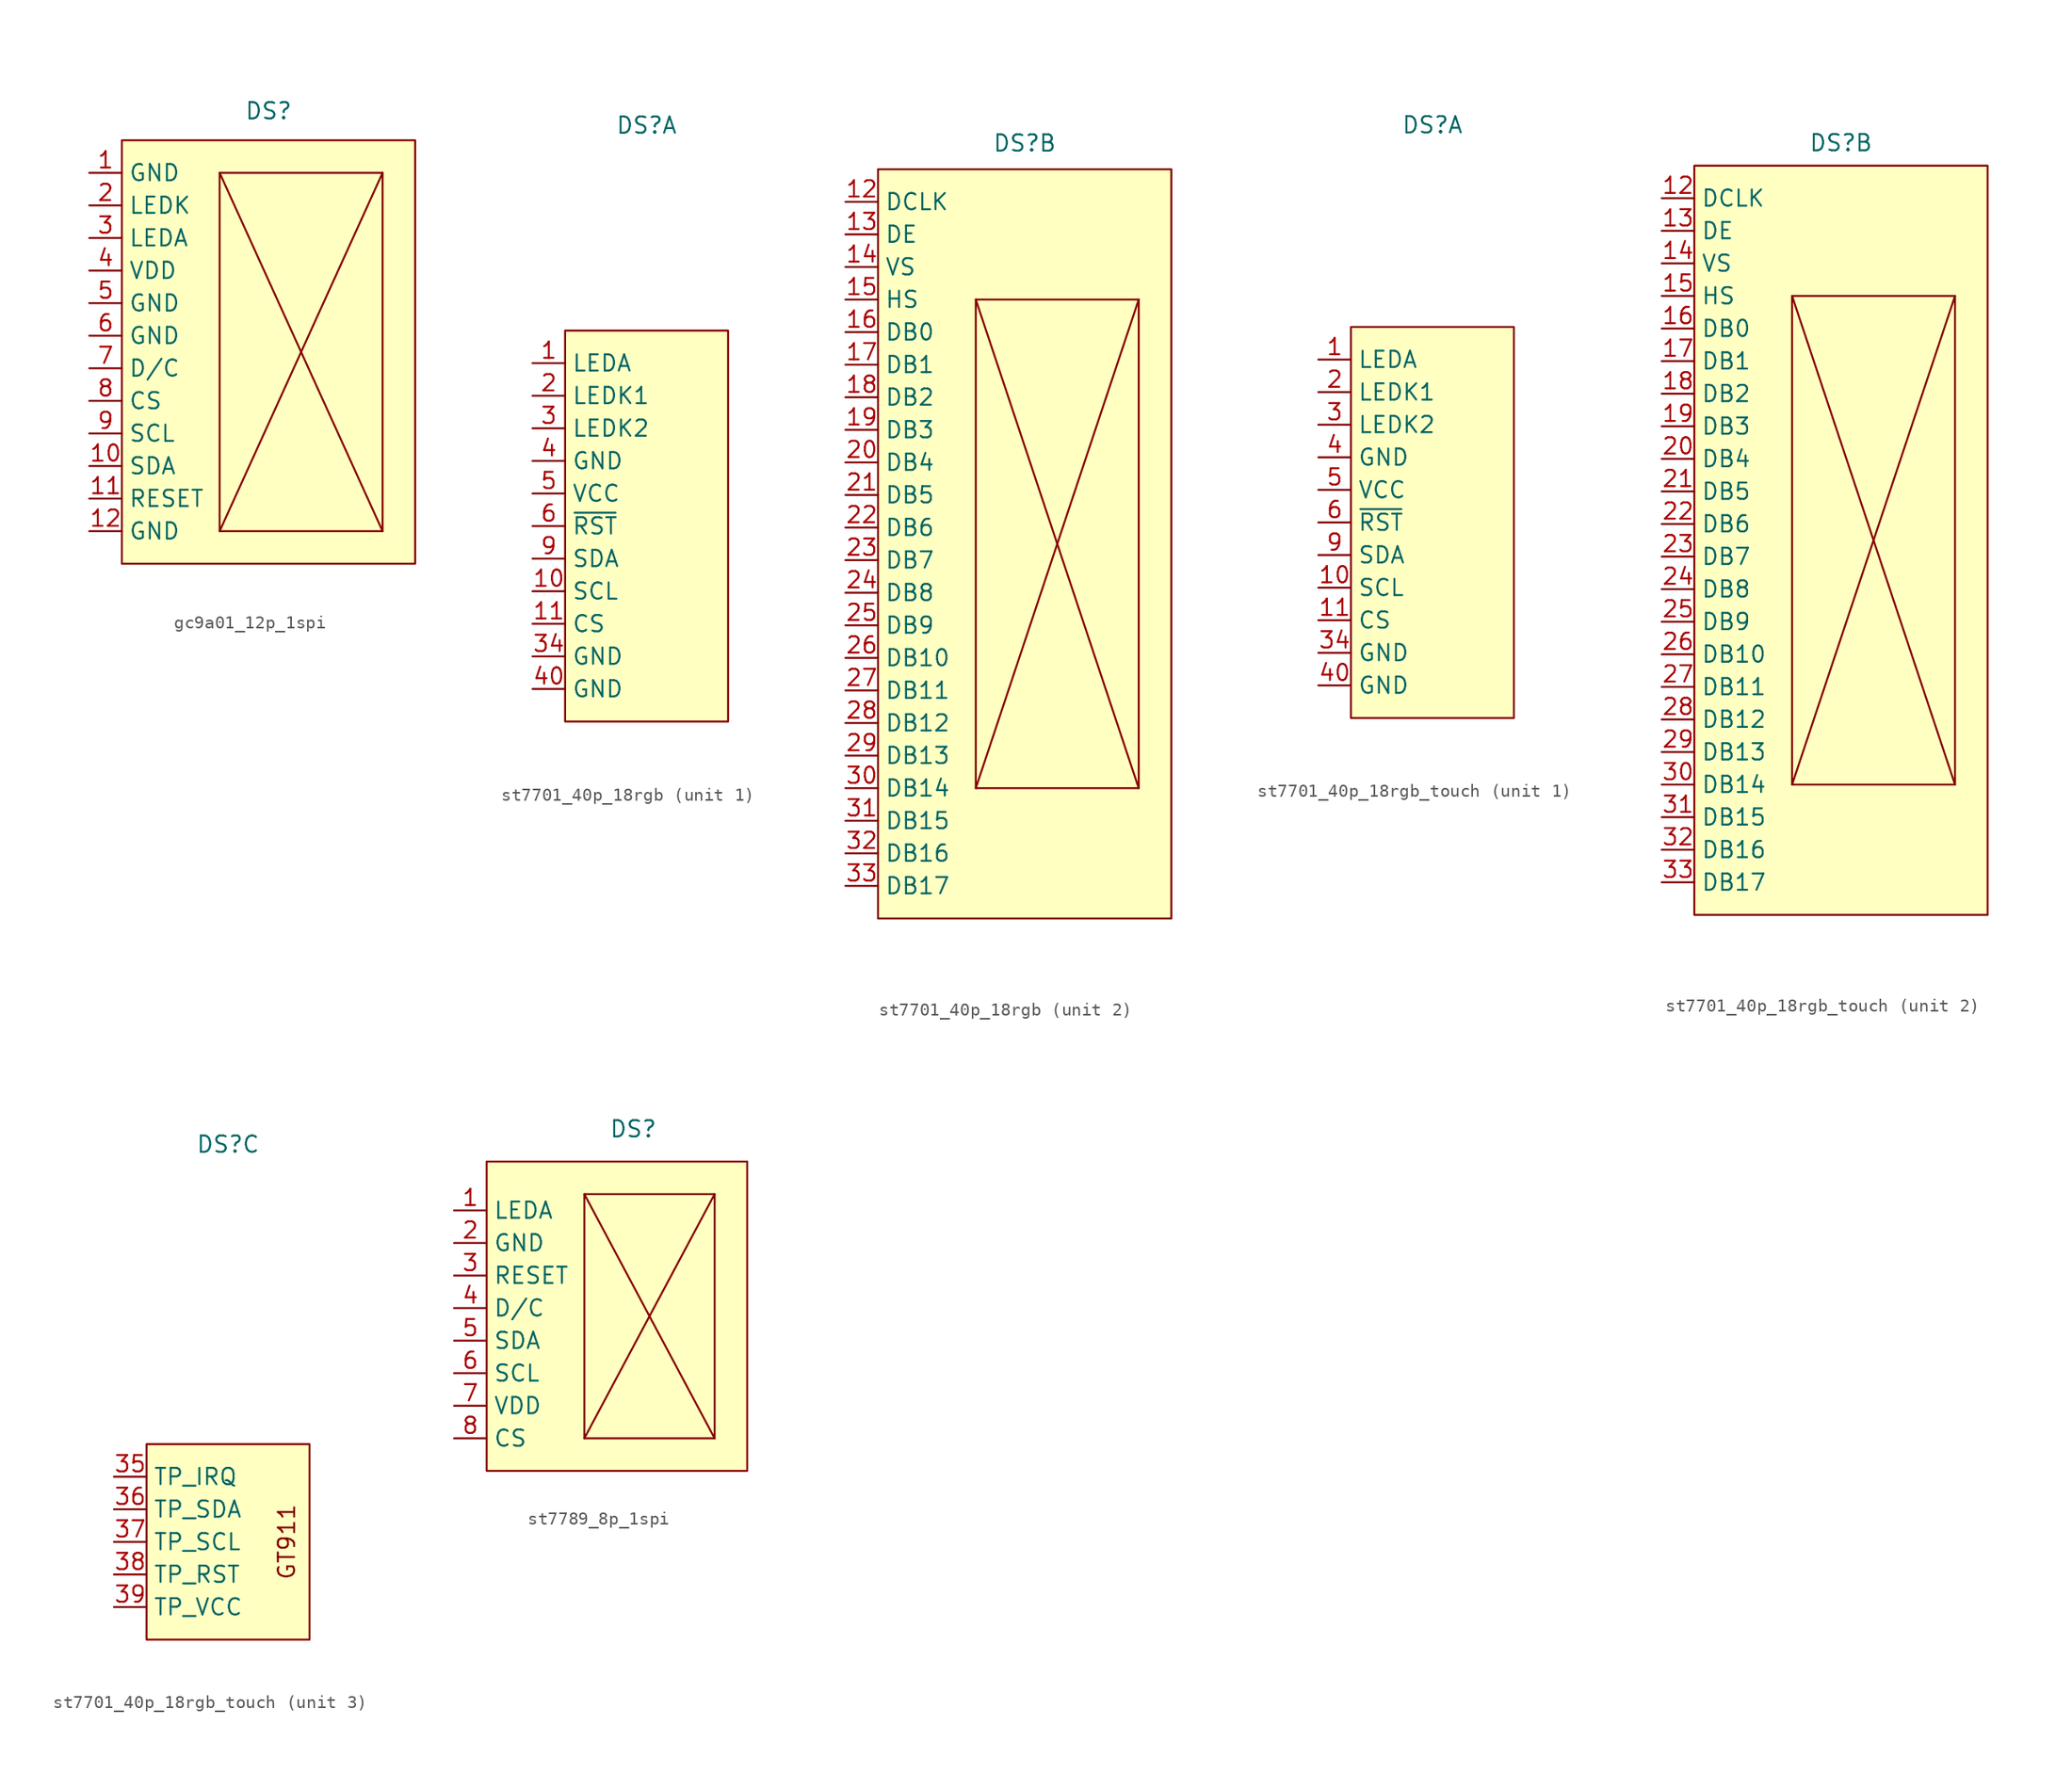
<source format=kicad_sym>
(kicad_symbol_lib
  (version 20241209)
  (generator "kicad_symbol_editor")
  (generator_version "9.0")
  (symbol "gc9a01_12p_1spi"
    (property "Reference" "DS"
      (at 0 18.796 0)
      (effects (font (size 1.27 1.27))))
    (property "Value" ""
      (at 0 0 0)
      (effects (font (size 1.27 1.27))))
    (symbol "gc9a01_12p_1spi_0_1"
      (rectangle (start 8.89 -13.97) (end -3.81 13.97) (stroke (width 0) (type default)) (fill (type none))))
    (symbol "gc9a01_12p_1spi_1_1"
      (rectangle (start -11.43 16.51) (end 11.43 -16.51) (stroke (width 0) (type solid)) (fill (type background)))
      (polyline (pts (xy -3.81 13.97) (xy 8.89 -13.97)) (stroke (width 0) (type default)) (fill (type none)))
      (polyline (pts (xy 8.89 13.97) (xy -3.81 -13.97)) (stroke (width 0) (type default)) (fill (type none)))
      (pin input line (at -13.97 13.97 0) (length 2.54) (name "GND" (effects (font (size 1.27 1.27)))) (number "1" (effects (font (size 1.27 1.27)))))
      (pin input line (at -13.97 11.43 0) (length 2.54) (name "LEDK" (effects (font (size 1.27 1.27)))) (number "2" (effects (font (size 1.27 1.27)))))
      (pin input line (at -13.97 8.89 0) (length 2.54) (name "LEDA" (effects (font (size 1.27 1.27)))) (number "3" (effects (font (size 1.27 1.27)))))
      (pin input line (at -13.97 6.35 0) (length 2.54) (name "VDD" (effects (font (size 1.27 1.27)))) (number "4" (effects (font (size 1.27 1.27)))))
      (pin input line (at -13.97 3.81 0) (length 2.54) (name "GND" (effects (font (size 1.27 1.27)))) (number "5" (effects (font (size 1.27 1.27)))))
      (pin input line (at -13.97 1.27 0) (length 2.54) (name "GND" (effects (font (size 1.27 1.27)))) (number "6" (effects (font (size 1.27 1.27)))))
      (pin input line (at -13.97 -1.27 0) (length 2.54) (name "D/C" (effects (font (size 1.27 1.27)))) (number "7" (effects (font (size 1.27 1.27)))))
      (pin input line (at -13.97 -3.81 0) (length 2.54) (name "CS" (effects (font (size 1.27 1.27)))) (number "8" (effects (font (size 1.27 1.27)))))
      (pin input line (at -13.97 -6.35 0) (length 2.54) (name "SCL" (effects (font (size 1.27 1.27)))) (number "9" (effects (font (size 1.27 1.27)))))
      (pin input line (at -13.97 -8.89 0) (length 2.54) (name "SDA" (effects (font (size 1.27 1.27)))) (number "10" (effects (font (size 1.27 1.27)))))
      (pin input line (at -13.97 -11.43 0) (length 2.54) (name "RESET" (effects (font (size 1.27 1.27)))) (number "11" (effects (font (size 1.27 1.27)))))
      (pin input line (at -13.97 -13.97 0) (length 2.54) (name "GND" (effects (font (size 1.27 1.27)))) (number "12" (effects (font (size 1.27 1.27)))))
      (pin passive line (at -13.97 -13.97 0) (length 2.54) (hide yes) (name "GND" (effects (font (size 1.27 1.27)))) (number "S1" (effects (font (size 1.27 1.27)))))
      (pin passive line (at -13.97 -13.97 0) (length 2.54) (hide yes) (name "GND" (effects (font (size 1.27 1.27)))) (number "S2" (effects (font (size 1.27 1.27)))))))
  (symbol "st7701_40p_18rgb"
    (property "Reference" "DS"
      (at 0 31.242 0)
      (effects (font (size 1.27 1.27))))
    (property "Value" ""
      (at 0 0 0)
      (effects (font (size 1.27 1.27))))
    (property "ki_locked" ""
      (at 0 0 0)
      (effects (font (size 1.27 1.27))))
    (symbol "st7701_40p_18rgb_1_1"
      (rectangle (start -6.35 15.24) (end 6.35 -15.24) (stroke (width 0) (type solid)) (fill (type background)))
      (pin input line (at -8.89 12.7 0) (length 2.54) (name "LEDA" (effects (font (size 1.27 1.27)))) (number "1" (effects (font (size 1.27 1.27)))))
      (pin input line (at -8.89 10.16 0) (length 2.54) (name "LEDK1" (effects (font (size 1.27 1.27)))) (number "2" (effects (font (size 1.27 1.27)))))
      (pin input line (at -8.89 7.62 0) (length 2.54) (name "LEDK2" (effects (font (size 1.27 1.27)))) (number "3" (effects (font (size 1.27 1.27)))))
      (pin input line (at -8.89 5.08 0) (length 2.54) (name "GND" (effects (font (size 1.27 1.27)))) (number "4" (effects (font (size 1.27 1.27)))))
      (pin input line (at -8.89 2.54 0) (length 2.54) (name "VCC" (effects (font (size 1.27 1.27)))) (number "5" (effects (font (size 1.27 1.27)))))
      (pin input line (at -8.89 0 0) (length 2.54) (name "~{RST}" (effects (font (size 1.27 1.27)))) (number "6" (effects (font (size 1.27 1.27)))))
      (pin input line (at -8.89 -2.54 0) (length 2.54) (name "SDA" (effects (font (size 1.27 1.27)))) (number "9" (effects (font (size 1.27 1.27)))))
      (pin input line (at -8.89 -5.08 0) (length 2.54) (name "SCL" (effects (font (size 1.27 1.27)))) (number "10" (effects (font (size 1.27 1.27)))))
      (pin input line (at -8.89 -7.62 0) (length 2.54) (name "CS" (effects (font (size 1.27 1.27)))) (number "11" (effects (font (size 1.27 1.27)))))
      (pin input line (at -8.89 -10.16 0) (length 2.54) (name "GND" (effects (font (size 1.27 1.27)))) (number "34" (effects (font (size 1.27 1.27)))))
      (pin input line (at -8.89 -12.7 0) (length 2.54) (name "GND" (effects (font (size 1.27 1.27)))) (number "40" (effects (font (size 1.27 1.27)))))
      (pin passive line (at -8.89 -12.7 0) (length 2.54) (hide yes) (name "GND" (effects (font (size 1.27 1.27)))) (number "S1" (effects (font (size 1.27 1.27)))))
      (pin passive line (at -8.89 -12.7 0) (length 2.54) (hide yes) (name "GND" (effects (font (size 1.27 1.27)))) (number "S2" (effects (font (size 1.27 1.27))))))
    (symbol "st7701_40p_18rgb_2_1"
      (rectangle (start -11.43 29.21) (end 11.43 -29.21) (stroke (width 0) (type solid)) (fill (type background)))
      (rectangle (start -3.81 19.05) (end 8.89 -19.05) (stroke (width 0) (type solid)) (fill (type background)))
      (polyline (pts (xy -3.81 19.05) (xy 8.89 -19.05)) (stroke (width 0) (type default)) (fill (type none)))
      (polyline (pts (xy 8.89 19.05) (xy -3.81 -19.05)) (stroke (width 0) (type default)) (fill (type none)))
      (pin input line (at -13.97 26.67 0) (length 2.54) (name "DCLK" (effects (font (size 1.27 1.27)))) (number "12" (effects (font (size 1.27 1.27)))))
      (pin input line (at -13.97 24.13 0) (length 2.54) (name "DE" (effects (font (size 1.27 1.27)))) (number "13" (effects (font (size 1.27 1.27)))))
      (pin input line (at -13.97 21.59 0) (length 2.54) (name "VS" (effects (font (size 1.27 1.27)))) (number "14" (effects (font (size 1.27 1.27)))))
      (pin input line (at -13.97 19.05 0) (length 2.54) (name "HS" (effects (font (size 1.27 1.27)))) (number "15" (effects (font (size 1.27 1.27)))))
      (pin input line (at -13.97 16.51 0) (length 2.54) (name "DB0" (effects (font (size 1.27 1.27)))) (number "16" (effects (font (size 1.27 1.27)))))
      (pin input line (at -13.97 13.97 0) (length 2.54) (name "DB1" (effects (font (size 1.27 1.27)))) (number "17" (effects (font (size 1.27 1.27)))))
      (pin input line (at -13.97 11.43 0) (length 2.54) (name "DB2" (effects (font (size 1.27 1.27)))) (number "18" (effects (font (size 1.27 1.27)))))
      (pin input line (at -13.97 8.89 0) (length 2.54) (name "DB3" (effects (font (size 1.27 1.27)))) (number "19" (effects (font (size 1.27 1.27)))))
      (pin input line (at -13.97 6.35 0) (length 2.54) (name "DB4" (effects (font (size 1.27 1.27)))) (number "20" (effects (font (size 1.27 1.27)))))
      (pin input line (at -13.97 3.81 0) (length 2.54) (name "DB5" (effects (font (size 1.27 1.27)))) (number "21" (effects (font (size 1.27 1.27)))))
      (pin input line (at -13.97 1.27 0) (length 2.54) (name "DB6" (effects (font (size 1.27 1.27)))) (number "22" (effects (font (size 1.27 1.27)))))
      (pin input line (at -13.97 -1.27 0) (length 2.54) (name "DB7" (effects (font (size 1.27 1.27)))) (number "23" (effects (font (size 1.27 1.27)))))
      (pin input line (at -13.97 -3.81 0) (length 2.54) (name "DB8" (effects (font (size 1.27 1.27)))) (number "24" (effects (font (size 1.27 1.27)))))
      (pin input line (at -13.97 -6.35 0) (length 2.54) (name "DB9" (effects (font (size 1.27 1.27)))) (number "25" (effects (font (size 1.27 1.27)))))
      (pin input line (at -13.97 -8.89 0) (length 2.54) (name "DB10" (effects (font (size 1.27 1.27)))) (number "26" (effects (font (size 1.27 1.27)))))
      (pin input line (at -13.97 -11.43 0) (length 2.54) (name "DB11" (effects (font (size 1.27 1.27)))) (number "27" (effects (font (size 1.27 1.27)))))
      (pin input line (at -13.97 -13.97 0) (length 2.54) (name "DB12" (effects (font (size 1.27 1.27)))) (number "28" (effects (font (size 1.27 1.27)))))
      (pin input line (at -13.97 -16.51 0) (length 2.54) (name "DB13" (effects (font (size 1.27 1.27)))) (number "29" (effects (font (size 1.27 1.27)))))
      (pin input line (at -13.97 -19.05 0) (length 2.54) (name "DB14" (effects (font (size 1.27 1.27)))) (number "30" (effects (font (size 1.27 1.27)))))
      (pin input line (at -13.97 -21.59 0) (length 2.54) (name "DB15" (effects (font (size 1.27 1.27)))) (number "31" (effects (font (size 1.27 1.27)))))
      (pin input line (at -13.97 -24.13 0) (length 2.54) (name "DB16" (effects (font (size 1.27 1.27)))) (number "32" (effects (font (size 1.27 1.27)))))
      (pin input line (at -13.97 -26.67 0) (length 2.54) (name "DB17" (effects (font (size 1.27 1.27)))) (number "33" (effects (font (size 1.27 1.27)))))))
  (symbol "st7701_40p_18rgb_touch"
    (property "Reference" "DS"
      (at 0 30.988 0)
      (effects (font (size 1.27 1.27))))
    (property "Value" ""
      (at 0 0 0)
      (effects (font (size 1.27 1.27))))
    (property "ki_locked" ""
      (at 0 0 0)
      (effects (font (size 1.27 1.27))))
    (symbol "st7701_40p_18rgb_touch_1_1"
      (rectangle (start -6.35 15.24) (end 6.35 -15.24) (stroke (width 0) (type solid)) (fill (type background)))
      (pin input line (at -8.89 12.7 0) (length 2.54) (name "LEDA" (effects (font (size 1.27 1.27)))) (number "1" (effects (font (size 1.27 1.27)))))
      (pin input line (at -8.89 10.16 0) (length 2.54) (name "LEDK1" (effects (font (size 1.27 1.27)))) (number "2" (effects (font (size 1.27 1.27)))))
      (pin input line (at -8.89 7.62 0) (length 2.54) (name "LEDK2" (effects (font (size 1.27 1.27)))) (number "3" (effects (font (size 1.27 1.27)))))
      (pin input line (at -8.89 5.08 0) (length 2.54) (name "GND" (effects (font (size 1.27 1.27)))) (number "4" (effects (font (size 1.27 1.27)))))
      (pin input line (at -8.89 2.54 0) (length 2.54) (name "VCC" (effects (font (size 1.27 1.27)))) (number "5" (effects (font (size 1.27 1.27)))))
      (pin input line (at -8.89 0 0) (length 2.54) (name "~{RST}" (effects (font (size 1.27 1.27)))) (number "6" (effects (font (size 1.27 1.27)))))
      (pin input line (at -8.89 -2.54 0) (length 2.54) (name "SDA" (effects (font (size 1.27 1.27)))) (number "9" (effects (font (size 1.27 1.27)))))
      (pin input line (at -8.89 -5.08 0) (length 2.54) (name "SCL" (effects (font (size 1.27 1.27)))) (number "10" (effects (font (size 1.27 1.27)))))
      (pin input line (at -8.89 -7.62 0) (length 2.54) (name "CS" (effects (font (size 1.27 1.27)))) (number "11" (effects (font (size 1.27 1.27)))))
      (pin input line (at -8.89 -10.16 0) (length 2.54) (name "GND" (effects (font (size 1.27 1.27)))) (number "34" (effects (font (size 1.27 1.27)))))
      (pin input line (at -8.89 -12.7 0) (length 2.54) (name "GND" (effects (font (size 1.27 1.27)))) (number "40" (effects (font (size 1.27 1.27)))))
      (pin passive line (at -8.89 -12.7 0) (length 2.54) (hide yes) (name "GND" (effects (font (size 1.27 1.27)))) (number "S1" (effects (font (size 1.27 1.27)))))
      (pin passive line (at -8.89 -12.7 0) (length 2.54) (hide yes) (name "GND" (effects (font (size 1.27 1.27)))) (number "S2" (effects (font (size 1.27 1.27))))))
    (symbol "st7701_40p_18rgb_touch_2_1"
      (rectangle (start -11.43 29.21) (end 11.43 -29.21) (stroke (width 0) (type solid)) (fill (type background)))
      (rectangle (start -3.81 19.05) (end 8.89 -19.05) (stroke (width 0) (type solid)) (fill (type background)))
      (polyline (pts (xy -3.81 19.05) (xy 8.89 -19.05)) (stroke (width 0) (type default)) (fill (type none)))
      (polyline (pts (xy 8.89 19.05) (xy -3.81 -19.05)) (stroke (width 0) (type default)) (fill (type none)))
      (pin input line (at -13.97 26.67 0) (length 2.54) (name "DCLK" (effects (font (size 1.27 1.27)))) (number "12" (effects (font (size 1.27 1.27)))))
      (pin input line (at -13.97 24.13 0) (length 2.54) (name "DE" (effects (font (size 1.27 1.27)))) (number "13" (effects (font (size 1.27 1.27)))))
      (pin input line (at -13.97 21.59 0) (length 2.54) (name "VS" (effects (font (size 1.27 1.27)))) (number "14" (effects (font (size 1.27 1.27)))))
      (pin input line (at -13.97 19.05 0) (length 2.54) (name "HS" (effects (font (size 1.27 1.27)))) (number "15" (effects (font (size 1.27 1.27)))))
      (pin input line (at -13.97 16.51 0) (length 2.54) (name "DB0" (effects (font (size 1.27 1.27)))) (number "16" (effects (font (size 1.27 1.27)))))
      (pin input line (at -13.97 13.97 0) (length 2.54) (name "DB1" (effects (font (size 1.27 1.27)))) (number "17" (effects (font (size 1.27 1.27)))))
      (pin input line (at -13.97 11.43 0) (length 2.54) (name "DB2" (effects (font (size 1.27 1.27)))) (number "18" (effects (font (size 1.27 1.27)))))
      (pin input line (at -13.97 8.89 0) (length 2.54) (name "DB3" (effects (font (size 1.27 1.27)))) (number "19" (effects (font (size 1.27 1.27)))))
      (pin input line (at -13.97 6.35 0) (length 2.54) (name "DB4" (effects (font (size 1.27 1.27)))) (number "20" (effects (font (size 1.27 1.27)))))
      (pin input line (at -13.97 3.81 0) (length 2.54) (name "DB5" (effects (font (size 1.27 1.27)))) (number "21" (effects (font (size 1.27 1.27)))))
      (pin input line (at -13.97 1.27 0) (length 2.54) (name "DB6" (effects (font (size 1.27 1.27)))) (number "22" (effects (font (size 1.27 1.27)))))
      (pin input line (at -13.97 -1.27 0) (length 2.54) (name "DB7" (effects (font (size 1.27 1.27)))) (number "23" (effects (font (size 1.27 1.27)))))
      (pin input line (at -13.97 -3.81 0) (length 2.54) (name "DB8" (effects (font (size 1.27 1.27)))) (number "24" (effects (font (size 1.27 1.27)))))
      (pin input line (at -13.97 -6.35 0) (length 2.54) (name "DB9" (effects (font (size 1.27 1.27)))) (number "25" (effects (font (size 1.27 1.27)))))
      (pin input line (at -13.97 -8.89 0) (length 2.54) (name "DB10" (effects (font (size 1.27 1.27)))) (number "26" (effects (font (size 1.27 1.27)))))
      (pin input line (at -13.97 -11.43 0) (length 2.54) (name "DB11" (effects (font (size 1.27 1.27)))) (number "27" (effects (font (size 1.27 1.27)))))
      (pin input line (at -13.97 -13.97 0) (length 2.54) (name "DB12" (effects (font (size 1.27 1.27)))) (number "28" (effects (font (size 1.27 1.27)))))
      (pin input line (at -13.97 -16.51 0) (length 2.54) (name "DB13" (effects (font (size 1.27 1.27)))) (number "29" (effects (font (size 1.27 1.27)))))
      (pin input line (at -13.97 -19.05 0) (length 2.54) (name "DB14" (effects (font (size 1.27 1.27)))) (number "30" (effects (font (size 1.27 1.27)))))
      (pin input line (at -13.97 -21.59 0) (length 2.54) (name "DB15" (effects (font (size 1.27 1.27)))) (number "31" (effects (font (size 1.27 1.27)))))
      (pin input line (at -13.97 -24.13 0) (length 2.54) (name "DB16" (effects (font (size 1.27 1.27)))) (number "32" (effects (font (size 1.27 1.27)))))
      (pin input line (at -13.97 -26.67 0) (length 2.54) (name "DB17" (effects (font (size 1.27 1.27)))) (number "33" (effects (font (size 1.27 1.27))))))
    (symbol "st7701_40p_18rgb_touch_3_1"
      (rectangle (start -6.35 7.62) (end 6.35 -7.62) (stroke (width 0) (type solid)) (fill (type background)))
      (text "GT911" (at 4.572 0 900) (effects (font (size 1.27 1.27))))
      (pin input line (at -8.89 5.08 0) (length 2.54) (name "TP_IRQ" (effects (font (size 1.27 1.27)))) (number "35" (effects (font (size 1.27 1.27)))))
      (pin input line (at -8.89 2.54 0) (length 2.54) (name "TP_SDA" (effects (font (size 1.27 1.27)))) (number "36" (effects (font (size 1.27 1.27)))))
      (pin input line (at -8.89 0 0) (length 2.54) (name "TP_SCL" (effects (font (size 1.27 1.27)))) (number "37" (effects (font (size 1.27 1.27)))))
      (pin input line (at -8.89 -2.54 0) (length 2.54) (name "TP_RST" (effects (font (size 1.27 1.27)))) (number "38" (effects (font (size 1.27 1.27)))))
      (pin input line (at -8.89 -5.08 0) (length 2.54) (name "TP_VCC" (effects (font (size 1.27 1.27)))) (number "39" (effects (font (size 1.27 1.27)))))))
  (symbol "st7789_8p_1spi"
    (property "Reference" "DS"
      (at 0 19.05 0)
      (effects (font (size 1.27 1.27))))
    (property "Value" ""
      (at 0 0 0)
      (effects (font (size 1.27 1.27))))
    (symbol "st7789_8p_1spi_0_1"
      (rectangle (start -3.81 13.97) (end 6.35 -5.08) (stroke (width 0) (type default)) (fill (type none))))
    (symbol "st7789_8p_1spi_1_1"
      (rectangle (start -11.43 16.51) (end 8.89 -7.62) (stroke (width 0) (type solid)) (fill (type background)))
      (polyline (pts (xy -3.81 13.97) (xy 6.35 -5.08)) (stroke (width 0) (type default)) (fill (type none)))
      (polyline (pts (xy 6.35 13.97) (xy -3.81 -5.08)) (stroke (width 0) (type default)) (fill (type none)))
      (pin input line (at -13.97 12.7 0) (length 2.54) (name "LEDA" (effects (font (size 1.27 1.27)))) (number "1" (effects (font (size 1.27 1.27)))))
      (pin input line (at -13.97 10.16 0) (length 2.54) (name "GND" (effects (font (size 1.27 1.27)))) (number "2" (effects (font (size 1.27 1.27)))))
      (pin passive line (at -13.97 10.16 0) (length 2.54) (hide yes) (name "GND" (effects (font (size 1.27 1.27)))) (number "S1" (effects (font (size 1.27 1.27)))))
      (pin passive line (at -13.97 10.16 0) (length 2.54) (hide yes) (name "GND" (effects (font (size 1.27 1.27)))) (number "S2" (effects (font (size 1.27 1.27)))))
      (pin input line (at -13.97 7.62 0) (length 2.54) (name "RESET" (effects (font (size 1.27 1.27)))) (number "3" (effects (font (size 1.27 1.27)))))
      (pin input line (at -13.97 5.08 0) (length 2.54) (name "D/C" (effects (font (size 1.27 1.27)))) (number "4" (effects (font (size 1.27 1.27)))))
      (pin input line (at -13.97 2.54 0) (length 2.54) (name "SDA" (effects (font (size 1.27 1.27)))) (number "5" (effects (font (size 1.27 1.27)))))
      (pin input line (at -13.97 0 0) (length 2.54) (name "SCL" (effects (font (size 1.27 1.27)))) (number "6" (effects (font (size 1.27 1.27)))))
      (pin input line (at -13.97 -2.54 0) (length 2.54) (name "VDD" (effects (font (size 1.27 1.27)))) (number "7" (effects (font (size 1.27 1.27)))))
      (pin input line (at -13.97 -5.08 0) (length 2.54) (name "CS" (effects (font (size 1.27 1.27)))) (number "8" (effects (font (size 1.27 1.27))))))))
</source>
